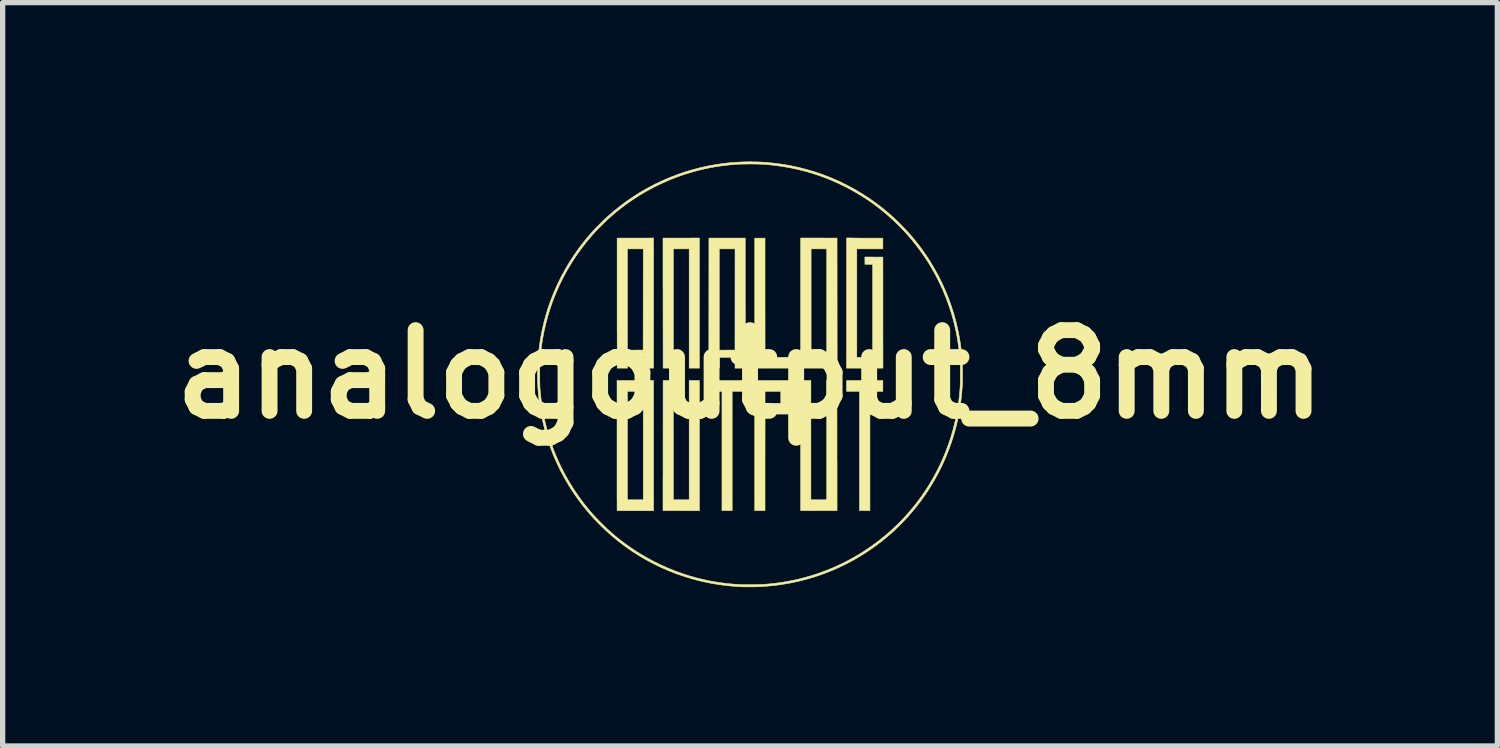
<source format=kicad_pcb>
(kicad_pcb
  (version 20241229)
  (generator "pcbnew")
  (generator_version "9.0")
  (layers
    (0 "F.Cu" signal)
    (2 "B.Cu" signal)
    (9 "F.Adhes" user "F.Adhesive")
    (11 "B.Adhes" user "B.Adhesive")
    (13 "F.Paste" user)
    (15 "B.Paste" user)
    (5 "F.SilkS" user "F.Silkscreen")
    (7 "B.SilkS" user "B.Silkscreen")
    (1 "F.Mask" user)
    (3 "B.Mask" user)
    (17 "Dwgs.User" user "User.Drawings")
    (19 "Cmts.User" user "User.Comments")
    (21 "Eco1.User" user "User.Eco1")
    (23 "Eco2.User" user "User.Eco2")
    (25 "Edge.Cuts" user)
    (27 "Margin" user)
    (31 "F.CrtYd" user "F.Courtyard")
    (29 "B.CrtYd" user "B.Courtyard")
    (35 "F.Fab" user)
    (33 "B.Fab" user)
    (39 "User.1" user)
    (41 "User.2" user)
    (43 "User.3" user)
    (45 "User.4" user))
  (footprint "analogoutput_8mm"
    (layer "F.Cu")
    (at 11.111 4.018)
    (property "Reference" "analogoutput_8mm" (at 0 0 0) (layer "F.SilkS") (effects (font (size 1.524 1.524) (thickness 0.3))))
    (attr through_hole)
    (fp_poly (pts (xy -0.089 0.321) (xy -0.337 0.321) (xy -0.337 2.572) (xy -0.53 2.572) (xy -0.53 0.321) (xy -0.778 0.321) (xy -0.778 0.117) (xy -0.089 0.117) (xy -0.089 0.321)) (stroke (width 0.01) (type solid)) (fill yes) (layer "F.SilkS"))
    (fp_poly (pts (xy 0.283 -1.447) (xy 0.284 -0.322) (xy 0.531 -0.321) (xy 0.778 -0.321) (xy 0.778 -0.117) (xy 0.089 -0.117) (xy 0.089 -2.572) (xy 0.283 -2.572) (xy 0.283 -1.447)) (stroke (width 0.01) (type solid)) (fill yes) (layer "F.SilkS"))
    (fp_poly (pts (xy 2.508 0.321) (xy 2.264 0.321) (xy 2.264 2.572) (xy 2.067 2.572) (xy 2.067 0.321) (xy 1.822 0.321) (xy 1.822 0.117) (xy 2.508 0.117) (xy 2.508 0.321)) (stroke (width 0.01) (type solid)) (fill yes) (layer "F.SilkS"))
    (fp_poly (pts (xy 1.299 -2.574) (xy 1.643 -2.573) (xy 1.644 -1.345) (xy 1.645 -0.117) (xy 0.956 -0.117) (xy 0.956 -2.369) (xy 1.153 -2.369) (xy 1.153 -0.321) (xy 1.448 -0.321) (xy 1.448 -2.369) (xy 1.153 -2.369) (xy 0.956 -2.369) (xy 0.956 -2.575) (xy 1.299 -2.574)) (stroke (width 0.01) (type solid)) (fill yes) (layer "F.SilkS"))
    (fp_poly (pts (xy -0.09 -1.345) (xy -0.089 -0.117) (xy -0.283 -0.117) (xy -0.283 -0.321) (xy -0.581 -0.321) (xy -0.581 -0.117) (xy -0.778 -0.117) (xy -0.777 -1.345) (xy -0.776 -2.369) (xy -0.581 -2.369) (xy -0.581 -0.457) (xy -0.284 -0.459) (xy -0.283 -2.369) (xy -0.581 -2.369) (xy -0.776 -2.369) (xy -0.776 -2.573) (xy -0.09 -2.573) (xy -0.09 -1.345)) (stroke (width 0.01) (type solid)) (fill yes) (layer "F.SilkS"))
    (fp_poly (pts (xy 1.968 -2.574) (xy 1.999 -2.573) (xy 2.036 -2.573) (xy 2.077 -2.573) (xy 2.12 -2.572) (xy 2.165 -2.572) (xy 2.21 -2.572) (xy 2.254 -2.572) (xy 2.295 -2.572) (xy 2.311 -2.572) (xy 2.508 -2.572) (xy 2.508 -2.369) (xy 2.016 -2.369) (xy 2.016 -0.321) (xy 2.315 -0.321) (xy 2.315 -2.076) (xy 2.242 -2.077) (xy 2.17 -2.078) (xy 2.169 -2.147) (xy 2.168 -2.216) (xy 2.338 -2.215) (xy 2.509 -2.215) (xy 2.509 -1.166) (xy 2.51 -0.117) (xy 1.822 -0.117) (xy 1.822 -2.576) (xy 1.968 -2.574)) (stroke (width 0.01) (type solid)) (fill yes) (layer "F.SilkS"))
    (fp_poly (pts (xy -0.956 -0.117) (xy -1.149 -0.117) (xy -1.149 -2.369) (xy -1.448 -2.369) (xy -1.448 -0.117) (xy -1.641 -0.117) (xy -1.642 -1.243) (xy -1.642 -1.328) (xy -1.642 -1.413) (xy -1.642 -1.495) (xy -1.642 -1.577) (xy -1.643 -1.656) (xy -1.643 -1.733) (xy -1.643 -1.808) (xy -1.643 -1.88) (xy -1.643 -1.95) (xy -1.643 -2.016) (xy -1.643 -2.079) (xy -1.643 -2.138) (xy -1.643 -2.193) (xy -1.643 -2.244) (xy -1.643 -2.291) (xy -1.643 -2.333) (xy -1.643 -2.37) (xy -1.643 -2.402) (xy -1.643 -2.429) (xy -1.643 -2.45) (xy -1.643 -2.464) (xy -1.643 -2.471) (xy -1.643 -2.573) (xy -0.956 -2.574) (xy -0.956 -0.117)) (stroke (width 0.01) (type solid)) (fill yes) (layer "F.SilkS"))
    (fp_poly (pts (xy 0.778 0.749) (xy 0.531 0.75) (xy 0.284 0.751) (xy 0.283 1.661) (xy 0.283 2.572) (xy 0.089 2.572) (xy 0.089 0.48) (xy 0.283 0.48) (xy 0.283 0.501) (xy 0.283 0.518) (xy 0.283 0.531) (xy 0.284 0.54) (xy 0.284 0.542) (xy 0.286 0.543) (xy 0.29 0.544) (xy 0.298 0.545) (xy 0.309 0.545) (xy 0.325 0.545) (xy 0.345 0.546) (xy 0.371 0.546) (xy 0.402 0.546) (xy 0.433 0.546) (xy 0.581 0.546) (xy 0.581 0.321) (xy 0.433 0.321) (xy 0.284 0.322) (xy 0.283 0.43) (xy 0.283 0.456) (xy 0.283 0.48) (xy 0.089 0.48) (xy 0.089 0.117) (xy 0.778 0.117) (xy 0.778 0.749)) (stroke (width 0.01) (type solid)) (fill yes) (layer "F.SilkS"))
    (fp_poly (pts (xy 1.149 2.369) (xy 1.448 2.369) (xy 1.448 0.117) (xy 1.641 0.117) (xy 1.642 1.243) (xy 1.642 1.328) (xy 1.642 1.413) (xy 1.642 1.495) (xy 1.642 1.577) (xy 1.643 1.656) (xy 1.643 1.733) (xy 1.643 1.808) (xy 1.643 1.88) (xy 1.643 1.95) (xy 1.643 2.016) (xy 1.643 2.079) (xy 1.643 2.138) (xy 1.643 2.193) (xy 1.643 2.244) (xy 1.643 2.291) (xy 1.643 2.333) (xy 1.643 2.37) (xy 1.643 2.402) (xy 1.643 2.429) (xy 1.643 2.45) (xy 1.643 2.464) (xy 1.643 2.471) (xy 1.643 2.573) (xy 1.299 2.573) (xy 0.956 2.574) (xy 0.956 0.117) (xy 1.149 0.117) (xy 1.149 2.369)) (stroke (width 0.01) (type solid)) (fill yes) (layer "F.SilkS"))
    (fp_poly (pts (xy -1.822 -0.117) (xy -2.016 -0.117) (xy -2.016 -0.321) (xy -2.315 -0.321) (xy -2.315 -0.117) (xy -2.508 -0.117) (xy -2.508 -0.218) (xy -2.508 -0.229) (xy -2.508 -0.246) (xy -2.508 -0.269) (xy -2.508 -0.297) (xy -2.508 -0.331) (xy -2.508 -0.37) (xy -2.508 -0.413) (xy -2.508 -0.461) (xy -2.508 -0.514) (xy -2.508 -0.57) (xy -2.508 -0.631) (xy -2.508 -0.695) (xy -2.508 -0.762) (xy -2.509 -0.832) (xy -2.509 -0.905) (xy -2.509 -0.981) (xy -2.509 -1.059) (xy -2.509 -1.139) (xy -2.509 -1.221) (xy -2.509 -1.304) (xy -2.509 -1.389) (xy -2.509 -1.446) (xy -2.509 -2.369) (xy -2.315 -2.369) (xy -2.315 -0.457) (xy -2.018 -0.459) (xy -2.016 -2.369) (xy -2.315 -2.369) (xy -2.509 -2.369) (xy -2.509 -2.573) (xy -2.166 -2.573) (xy -1.822 -2.574) (xy -1.822 -0.117)) (stroke (width 0.01) (type solid)) (fill yes) (layer "F.SilkS"))
    (fp_poly (pts (xy -1.448 2.369) (xy -1.149 2.369) (xy -1.149 0.117) (xy -0.956 0.117) (xy -0.956 2.574) (xy -1.299 2.574) (xy -1.345 2.574) (xy -1.389 2.573) (xy -1.431 2.573) (xy -1.471 2.573) (xy -1.507 2.573) (xy -1.54 2.573) (xy -1.569 2.573) (xy -1.594 2.573) (xy -1.614 2.573) (xy -1.629 2.572) (xy -1.639 2.572) (xy -1.643 2.572) (xy -1.643 2.572) (xy -1.643 2.569) (xy -1.643 2.559) (xy -1.643 2.544) (xy -1.643 2.523) (xy -1.643 2.496) (xy -1.643 2.465) (xy -1.643 2.428) (xy -1.643 2.386) (xy -1.643 2.34) (xy -1.643 2.289) (xy -1.643 2.234) (xy -1.643 2.176) (xy -1.643 2.113) (xy -1.643 2.047) (xy -1.643 1.978) (xy -1.642 1.905) (xy -1.642 1.83) (xy -1.642 1.752) (xy -1.642 1.671) (xy -1.642 1.588) (xy -1.642 1.504) (xy -1.642 1.417) (xy -1.642 1.344) (xy -1.641 0.117) (xy -1.448 0.117) (xy -1.448 2.369)) (stroke (width 0.01) (type solid)) (fill yes) (layer "F.SilkS"))
    (fp_poly (pts (xy -1.822 2.575) (xy -2.165 2.575) (xy -2.211 2.575) (xy -2.255 2.575) (xy -2.297 2.575) (xy -2.337 2.575) (xy -2.373 2.574) (xy -2.406 2.574) (xy -2.436 2.574) (xy -2.46 2.574) (xy -2.481 2.574) (xy -2.496 2.573) (xy -2.506 2.573) (xy -2.509 2.573) (xy -2.509 2.573) (xy -2.509 2.57) (xy -2.51 2.56) (xy -2.51 2.545) (xy -2.51 2.524) (xy -2.51 2.497) (xy -2.51 2.465) (xy -2.51 2.429) (xy -2.51 2.387) (xy -2.511 2.341) (xy -2.511 2.29) (xy -2.511 2.235) (xy -2.511 2.176) (xy -2.511 2.114) (xy -2.511 2.047) (xy -2.511 1.978) (xy -2.511 1.906) (xy -2.511 1.83) (xy -2.511 1.752) (xy -2.511 1.672) (xy -2.511 1.589) (xy -2.511 1.504) (xy -2.511 1.417) (xy -2.511 1.344) (xy -2.511 0.321) (xy -2.315 0.321) (xy -2.315 2.369) (xy -2.016 2.369) (xy -2.016 0.321) (xy -2.315 0.321) (xy -2.511 0.321) (xy -2.511 0.117) (xy -1.822 0.117) (xy -1.822 2.575)) (stroke (width 0.01) (type solid)) (fill yes) (layer "F.SilkS"))
    (fp_poly (pts (xy 0.087 -4.012) (xy 0.195 -4.009) (xy 0.299 -4.002) (xy 0.305 -4.002) (xy 0.464 -3.986) (xy 0.622 -3.965) (xy 0.779 -3.937) (xy 0.934 -3.903) (xy 1.087 -3.863) (xy 1.239 -3.818) (xy 1.388 -3.766) (xy 1.536 -3.708) (xy 1.681 -3.645) (xy 1.823 -3.575) (xy 1.963 -3.501) (xy 2.1 -3.42) (xy 2.234 -3.334) (xy 2.362 -3.245) (xy 2.486 -3.151) (xy 2.607 -3.051) (xy 2.724 -2.947) (xy 2.837 -2.838) (xy 2.946 -2.725) (xy 3.051 -2.608) (xy 3.15 -2.487) (xy 3.217 -2.4) (xy 3.309 -2.271) (xy 3.397 -2.138) (xy 3.478 -2.002) (xy 3.555 -1.863) (xy 3.625 -1.722) (xy 3.69 -1.577) (xy 3.75 -1.431) (xy 3.803 -1.282) (xy 3.851 -1.131) (xy 3.892 -0.978) (xy 3.928 -0.823) (xy 3.955 -0.684) (xy 3.969 -0.598) (xy 3.981 -0.512) (xy 3.991 -0.426) (xy 3.999 -0.337) (xy 4.007 -0.244) (xy 4.007 -0.23) (xy 4.009 -0.21) (xy 4.009 -0.184) (xy 4.01 -0.154) (xy 4.011 -0.12) (xy 4.011 -0.084) (xy 4.011 -0.045) (xy 4.012 -0.006) (xy 4.011 0.034) (xy 4.011 0.073) (xy 4.011 0.11) (xy 4.01 0.144) (xy 4.01 0.176) (xy 4.009 0.202) (xy 4.008 0.224) (xy 4.007 0.229) (xy 3.997 0.363) (xy 3.983 0.492) (xy 3.965 0.618) (xy 3.944 0.741) (xy 3.92 0.863) (xy 3.894 0.972) (xy 3.852 1.127) (xy 3.804 1.279) (xy 3.75 1.429) (xy 3.691 1.577) (xy 3.625 1.722) (xy 3.555 1.863) (xy 3.478 2.002) (xy 3.396 2.138) (xy 3.309 2.271) (xy 3.216 2.401) (xy 3.117 2.528) (xy 3.013 2.651) (xy 2.977 2.692) (xy 2.961 2.709) (xy 2.941 2.73) (xy 2.919 2.754) (xy 2.894 2.78) (xy 2.867 2.807) (xy 2.84 2.834) (xy 2.813 2.861) (xy 2.786 2.887) (xy 2.762 2.912) (xy 2.739 2.933) (xy 2.72 2.952) (xy 2.71 2.961) (xy 2.589 3.067) (xy 2.464 3.168) (xy 2.336 3.263) (xy 2.205 3.353) (xy 2.071 3.438) (xy 1.934 3.517) (xy 1.794 3.59) (xy 1.652 3.658) (xy 1.507 3.72) (xy 1.36 3.776) (xy 1.211 3.827) (xy 1.059 3.871) (xy 0.906 3.91) (xy 0.75 3.942) (xy 0.593 3.969) (xy 0.435 3.989) (xy 0.274 4.004) (xy 0.167 4.01) (xy 0.147 4.011) (xy 0.122 4.011) (xy 0.094 4.012) (xy 0.062 4.012) (xy 0.029 4.012) (xy -0.005 4.013) (xy -0.038 4.013) (xy -0.069 4.012) (xy -0.098 4.012) (xy -0.123 4.012) (xy -0.142 4.011) (xy -0.144 4.011) (xy -0.305 4.002) (xy -0.465 3.986) (xy -0.623 3.964) (xy -0.78 3.936) (xy -0.935 3.903) (xy -1.088 3.863) (xy -1.239 3.817) (xy -1.388 3.766) (xy -1.535 3.709) (xy -1.679 3.646) (xy -1.82 3.577) (xy -1.959 3.503) (xy -2.096 3.423) (xy -2.229 3.338) (xy -2.359 3.247) (xy -2.486 3.151) (xy -2.513 3.129) (xy -2.619 3.041) (xy -2.723 2.947) (xy -2.825 2.849) (xy -2.924 2.748) (xy -3.019 2.644) (xy -3.053 2.605) (xy -3.152 2.485) (xy -3.246 2.36) (xy -3.336 2.232) (xy -3.421 2.099) (xy -3.5 1.963) (xy -3.575 1.825) (xy -3.643 1.683) (xy -3.707 1.539) (xy -3.728 1.487) (xy -3.783 1.339) (xy -3.833 1.188) (xy -3.877 1.037) (xy -3.915 0.883) (xy -3.946 0.729) (xy -3.972 0.574) (xy -3.991 0.418) (xy -4.005 0.262) (xy -4.012 0.105) (xy -4.013 0) (xy -3.97 0) (xy -3.97 0.048) (xy -3.97 0.091) (xy -3.97 0.129) (xy -3.969 0.163) (xy -3.968 0.195) (xy -3.967 0.224) (xy -3.966 0.253) (xy -3.964 0.281) (xy -3.962 0.31) (xy -3.959 0.34) (xy -3.956 0.373) (xy -3.952 0.409) (xy -3.951 0.419) (xy -3.931 0.576) (xy -3.905 0.731) (xy -3.873 0.885) (xy -3.835 1.038) (xy -3.791 1.189) (xy -3.741 1.337) (xy -3.686 1.484) (xy -3.624 1.628) (xy -3.557 1.77) (xy -3.484 1.909) (xy -3.406 2.045) (xy -3.322 2.179) (xy -3.233 2.309) (xy -3.139 2.436) (xy -3.042 2.556) (xy -3.013 2.591) (xy -2.984 2.623) (xy -2.956 2.655) (xy -2.927 2.687) (xy -2.896 2.719) (xy -2.863 2.754) (xy -2.826 2.791) (xy -2.81 2.807) (xy -2.746 2.87) (xy -2.684 2.929) (xy -2.623 2.984) (xy -2.562 3.037) (xy -2.5 3.088) (xy -2.436 3.139) (xy -2.368 3.19) (xy -2.331 3.217) (xy -2.21 3.302) (xy -2.085 3.382) (xy -1.955 3.458) (xy -1.823 3.53) (xy -1.687 3.597) (xy -1.55 3.658) (xy -1.411 3.714) (xy -1.271 3.765) (xy -1.131 3.809) (xy -1.113 3.814) (xy -0.998 3.846) (xy -0.885 3.873) (xy -0.773 3.898) (xy -0.66 3.918) (xy -0.546 3.935) (xy -0.429 3.95) (xy -0.309 3.961) (xy -0.184 3.969) (xy -0.175 3.97) (xy -0.161 3.97) (xy -0.141 3.971) (xy -0.117 3.971) (xy -0.089 3.971) (xy -0.057 3.971) (xy -0.023 3.971) (xy 0.012 3.97) (xy 0.049 3.97) (xy 0.085 3.97) (xy 0.12 3.969) (xy 0.154 3.968) (xy 0.186 3.968) (xy 0.215 3.967) (xy 0.239 3.966) (xy 0.259 3.965) (xy 0.273 3.964) (xy 0.345 3.958) (xy 0.413 3.952) (xy 0.478 3.944) (xy 0.541 3.936) (xy 0.606 3.927) (xy 0.67 3.916) (xy 0.825 3.887) (xy 0.978 3.851) (xy 1.13 3.809) (xy 1.279 3.762) (xy 1.427 3.708) (xy 1.573 3.649) (xy 1.716 3.584) (xy 1.856 3.513) (xy 1.993 3.437) (xy 2.128 3.355) (xy 2.259 3.268) (xy 2.387 3.176) (xy 2.491 3.095) (xy 2.595 3.009) (xy 2.697 2.917) (xy 2.797 2.822) (xy 2.893 2.724) (xy 2.983 2.624) (xy 3.011 2.592) (xy 3.113 2.469) (xy 3.209 2.343) (xy 3.3 2.213) (xy 3.385 2.08) (xy 3.465 1.943) (xy 3.54 1.804) (xy 3.609 1.661) (xy 3.673 1.515) (xy 3.688 1.477) (xy 3.744 1.329) (xy 3.794 1.178) (xy 3.838 1.026) (xy 3.876 0.873) (xy 3.908 0.718) (xy 3.933 0.562) (xy 3.953 0.405) (xy 3.956 0.37) (xy 3.959 0.337) (xy 3.961 0.308) (xy 3.964 0.281) (xy 3.965 0.255) (xy 3.967 0.231) (xy 3.968 0.205) (xy 3.969 0.179) (xy 3.969 0.151) (xy 3.97 0.12) (xy 3.97 0.086) (xy 3.97 0.046) (xy 3.97 0.002) (xy 3.97 0) (xy 3.97 -0.045) (xy 3.97 -0.084) (xy 3.97 -0.119) (xy 3.969 -0.15) (xy 3.969 -0.178) (xy 3.968 -0.205) (xy 3.967 -0.23) (xy 3.965 -0.255) (xy 3.964 -0.28) (xy 3.962 -0.307) (xy 3.959 -0.336) (xy 3.956 -0.369) (xy 3.956 -0.37) (xy 3.938 -0.527) (xy 3.914 -0.682) (xy 3.884 -0.837) (xy 3.848 -0.99) (xy 3.806 -1.142) (xy 3.757 -1.291) (xy 3.703 -1.439) (xy 3.644 -1.584) (xy 3.578 -1.727) (xy 3.507 -1.868) (xy 3.43 -2.005) (xy 3.348 -2.14) (xy 3.26 -2.271) (xy 3.245 -2.292) (xy 3.152 -2.419) (xy 3.053 -2.542) (xy 2.95 -2.662) (xy 2.841 -2.777) (xy 2.728 -2.888) (xy 2.61 -2.995) (xy 2.488 -3.098) (xy 2.477 -3.107) (xy 2.355 -3.201) (xy 2.229 -3.29) (xy 2.098 -3.374) (xy 1.965 -3.453) (xy 1.828 -3.528) (xy 1.687 -3.597) (xy 1.545 -3.661) (xy 1.399 -3.719) (xy 1.359 -3.734) (xy 1.217 -3.782) (xy 1.074 -3.826) (xy 0.929 -3.863) (xy 0.782 -3.895) (xy 0.633 -3.922) (xy 0.48 -3.944) (xy 0.324 -3.96) (xy 0.27 -3.965) (xy 0.244 -3.966) (xy 0.213 -3.968) (xy 0.178 -3.969) (xy 0.138 -3.97) (xy 0.096 -3.97) (xy 0.052 -3.971) (xy 0.007 -3.971) (xy -0.038 -3.971) (xy -0.082 -3.97) (xy -0.125 -3.97) (xy -0.165 -3.969) (xy -0.202 -3.968) (xy -0.235 -3.967) (xy -0.262 -3.965) (xy -0.27 -3.965) (xy -0.408 -3.952) (xy -0.541 -3.936) (xy -0.672 -3.916) (xy -0.8 -3.892) (xy -0.927 -3.864) (xy -1.054 -3.831) (xy -1.079 -3.824) (xy -1.229 -3.779) (xy -1.377 -3.727) (xy -1.523 -3.67) (xy -1.667 -3.606) (xy -1.808 -3.538) (xy -1.947 -3.463) (xy -2.082 -3.384) (xy -2.214 -3.299) (xy -2.343 -3.209) (xy -2.467 -3.114) (xy -2.535 -3.06) (xy -2.607 -2.998) (xy -2.681 -2.932) (xy -2.753 -2.864) (xy -2.825 -2.793) (xy -2.893 -2.723) (xy -2.958 -2.653) (xy -2.989 -2.618) (xy -3.091 -2.496) (xy -3.188 -2.371) (xy -3.28 -2.243) (xy -3.366 -2.111) (xy -3.447 -1.977) (xy -3.522 -1.839) (xy -3.592 -1.698) (xy -3.656 -1.556) (xy -3.715 -1.41) (xy -3.767 -1.263) (xy -3.814 -1.113) (xy -3.855 -0.961) (xy -3.89 -0.808) (xy -3.919 -0.654) (xy -3.942 -0.497) (xy -3.951 -0.419) (xy -3.955 -0.382) (xy -3.958 -0.348) (xy -3.961 -0.318) (xy -3.963 -0.288) (xy -3.965 -0.26) (xy -3.967 -0.232) (xy -3.968 -0.203) (xy -3.969 -0.172) (xy -3.97 -0.138) (xy -3.97 -0.101) (xy -3.97 -0.06) (xy -3.97 -0.013) (xy -3.97 0) (xy -4.013 0) (xy -4.013 -0.052) (xy -4.008 -0.209) (xy -3.997 -0.365) (xy -3.979 -0.522) (xy -3.956 -0.677) (xy -3.926 -0.832) (xy -3.89 -0.986) (xy -3.848 -1.139) (xy -3.815 -1.248) (xy -3.762 -1.398) (xy -3.704 -1.546) (xy -3.639 -1.692) (xy -3.57 -1.834) (xy -3.494 -1.974) (xy -3.413 -2.111) (xy -3.327 -2.244) (xy -3.236 -2.374) (xy -3.139 -2.501) (xy -3.037 -2.624) (xy -2.961 -2.71) (xy -2.946 -2.726) (xy -2.927 -2.745) (xy -2.905 -2.768) (xy -2.882 -2.792) (xy -2.856 -2.818) (xy -2.83 -2.844) (xy -2.804 -2.87) (xy -2.779 -2.895) (xy -2.755 -2.918) (xy -2.734 -2.938) (xy -2.717 -2.954) (xy -2.71 -2.961) (xy -2.589 -3.066) (xy -2.465 -3.167) (xy -2.338 -3.262) (xy -2.207 -3.352) (xy -2.073 -3.437) (xy -1.935 -3.516) (xy -1.795 -3.59) (xy -1.652 -3.658) (xy -1.506 -3.72) (xy -1.358 -3.777) (xy -1.207 -3.828) (xy -1.111 -3.856) (xy -0.957 -3.898) (xy -0.801 -3.933) (xy -0.644 -3.961) (xy -0.485 -3.984) (xy -0.343 -3.999) (xy -0.239 -4.006) (xy -0.132 -4.011) (xy -0.022 -4.013) (xy 0.087 -4.012)) (stroke (width 0.01) (type solid)) (fill yes) (layer "F.SilkS")))
  (gr_rect
    (start -3 -3)
    (end 25.221 11.035)
    (stroke (width 0.1) (type default))
    (fill no)
    (layer "Edge.Cuts")))
</source>
